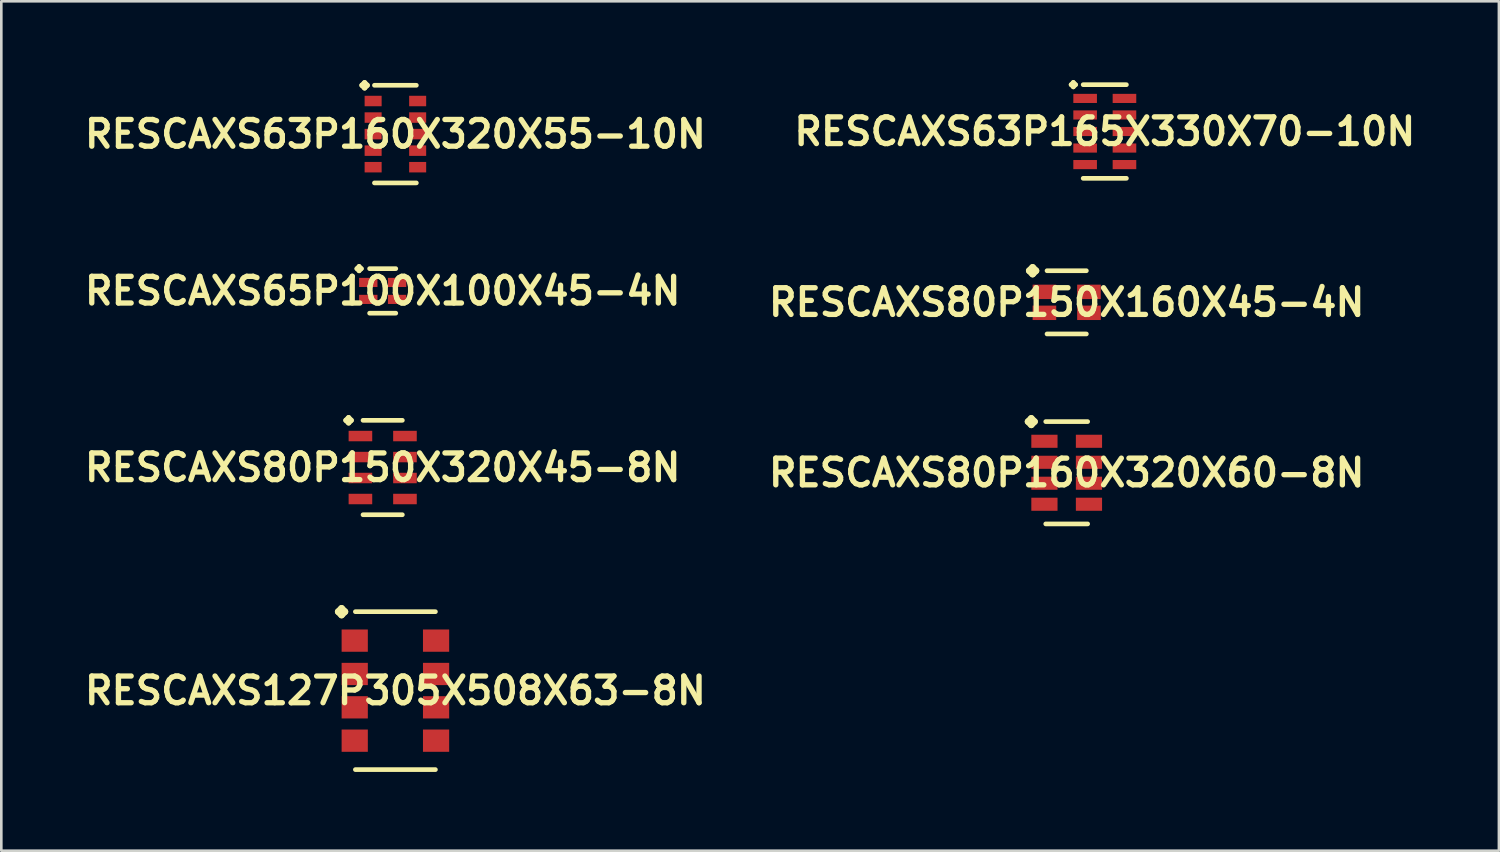
<source format=kicad_pcb>
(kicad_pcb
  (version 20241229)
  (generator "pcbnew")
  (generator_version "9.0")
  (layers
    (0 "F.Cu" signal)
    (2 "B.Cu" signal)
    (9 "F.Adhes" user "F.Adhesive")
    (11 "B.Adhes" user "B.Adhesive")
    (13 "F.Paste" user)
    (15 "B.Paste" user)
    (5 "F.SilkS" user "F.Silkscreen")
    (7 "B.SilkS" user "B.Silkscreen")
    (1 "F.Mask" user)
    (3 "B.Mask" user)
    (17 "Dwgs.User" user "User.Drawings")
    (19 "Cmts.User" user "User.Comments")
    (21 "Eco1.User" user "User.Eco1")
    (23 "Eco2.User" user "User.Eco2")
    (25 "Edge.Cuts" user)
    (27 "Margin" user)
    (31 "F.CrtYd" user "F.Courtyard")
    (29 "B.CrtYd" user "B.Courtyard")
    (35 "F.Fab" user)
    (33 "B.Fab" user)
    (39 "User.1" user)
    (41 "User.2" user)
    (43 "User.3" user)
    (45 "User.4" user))
  (footprint "RESCAXS80P150X320X45-8N"
    (layer "F.Cu")
    (at 11.524 14.755)
    (property "Reference" "RESCAXS80P150X320X45-8N" (at 0 0 0) (layer "F.SilkS") (effects (font (size 1.016 1.016) (thickness 0.203))))
    (attr smd)
    (fp_line (start -1.4 -1.798) (end -1.298 -1.9) (stroke (width 0.198) (type solid)) (layer "F.SilkS"))
    (fp_line (start -1.298 -1.9) (end -1.199 -1.798) (stroke (width 0.198) (type solid)) (layer "F.SilkS"))
    (fp_line (start -1.298 -1.699) (end -1.4 -1.798) (stroke (width 0.198) (type solid)) (layer "F.SilkS"))
    (fp_line (start -1.199 -1.798) (end -1.298 -1.699) (stroke (width 0.198) (type solid)) (layer "F.SilkS"))
    (fp_line (start -0.749 -1.798) (end 0.749 -1.798) (stroke (width 0.178) (type solid)) (layer "F.SilkS"))
    (fp_line (start -0.749 1.798) (end 0.749 1.798) (stroke (width 0.178) (type solid)) (layer "F.SilkS"))
    (pad "1" smd rect (at -0.848 -1.199) (size 0.899 0.399) (layers "F.Cu" "F.Mask" "F.Paste"))
    (pad "2" smd rect (at -0.848 -0.399) (size 0.899 0.399) (layers "F.Cu" "F.Mask" "F.Paste"))
    (pad "3" smd rect (at -0.848 0.399) (size 0.899 0.399) (layers "F.Cu" "F.Mask" "F.Paste"))
    (pad "4" smd rect (at -0.848 1.199) (size 0.899 0.399) (layers "F.Cu" "F.Mask" "F.Paste"))
    (pad "5" smd rect (at 0.848 1.199) (size 0.899 0.399) (layers "F.Cu" "F.Mask" "F.Paste"))
    (pad "6" smd rect (at 0.848 0.399) (size 0.899 0.399) (layers "F.Cu" "F.Mask" "F.Paste"))
    (pad "7" smd rect (at 0.848 -0.399) (size 0.899 0.399) (layers "F.Cu" "F.Mask" "F.Paste"))
    (pad "8" smd rect (at 0.848 -1.199) (size 0.899 0.399) (layers "F.Cu" "F.Mask" "F.Paste")))
  (footprint "RESCAXS80P150X160X45-4N"
    (layer "F.Cu")
    (at 37.573 8.464)
    (property "Reference" "RESCAXS80P150X160X45-4N" (at 0 0 0) (layer "F.SilkS") (effects (font (size 1.016 1.016) (thickness 0.203))))
    (attr smd)
    (fp_line (start -1.425 -1.204) (end -1.298 -1.331) (stroke (width 0.254) (type solid)) (layer "F.SilkS"))
    (fp_line (start -1.298 -1.331) (end -1.171 -1.204) (stroke (width 0.254) (type solid)) (layer "F.SilkS"))
    (fp_line (start -1.298 -1.077) (end -1.425 -1.204) (stroke (width 0.254) (type solid)) (layer "F.SilkS"))
    (fp_line (start -1.171 -1.204) (end -1.298 -1.077) (stroke (width 0.254) (type solid)) (layer "F.SilkS"))
    (fp_line (start -0.749 -1.204) (end 0.749 -1.204) (stroke (width 0.178) (type solid)) (layer "F.SilkS"))
    (fp_line (start -0.749 1.204) (end 0.749 1.204) (stroke (width 0.178) (type solid)) (layer "F.SilkS"))
    (pad "1" smd rect (at -0.848 -0.399) (size 0.899 0.549) (layers "F.Cu" "F.Mask" "F.Paste"))
    (pad "2" smd rect (at -0.848 0.399) (size 0.899 0.549) (layers "F.Cu" "F.Mask" "F.Paste"))
    (pad "3" smd rect (at 0.848 0.399) (size 0.899 0.549) (layers "F.Cu" "F.Mask" "F.Paste"))
    (pad "4" smd rect (at 0.848 -0.399) (size 0.899 0.549) (layers "F.Cu" "F.Mask" "F.Paste")))
  (footprint "RESCAXS80P160X320X60-8N"
    (layer "F.Cu")
    (at 37.573 14.954)
    (property "Reference" "RESCAXS80P160X320X60-8N" (at 0 0 0) (layer "F.SilkS") (effects (font (size 1.016 1.016) (thickness 0.203))))
    (attr smd)
    (fp_line (start -1.473 -1.948) (end -1.349 -2.073) (stroke (width 0.249) (type solid)) (layer "F.SilkS"))
    (fp_line (start -1.349 -2.073) (end -1.224 -1.948) (stroke (width 0.249) (type solid)) (layer "F.SilkS"))
    (fp_line (start -1.349 -1.824) (end -1.473 -1.948) (stroke (width 0.249) (type solid)) (layer "F.SilkS"))
    (fp_line (start -1.224 -1.948) (end -1.349 -1.824) (stroke (width 0.249) (type solid)) (layer "F.SilkS"))
    (fp_line (start -0.798 -1.948) (end 0.798 -1.948) (stroke (width 0.178) (type solid)) (layer "F.SilkS"))
    (fp_line (start -0.798 1.948) (end 0.798 1.948) (stroke (width 0.178) (type solid)) (layer "F.SilkS"))
    (pad "1" smd rect (at -0.848 -1.199) (size 0.998 0.498) (layers "F.Cu" "F.Mask" "F.Paste"))
    (pad "2" smd rect (at -0.848 -0.399) (size 0.998 0.498) (layers "F.Cu" "F.Mask" "F.Paste"))
    (pad "3" smd rect (at -0.848 0.399) (size 0.998 0.498) (layers "F.Cu" "F.Mask" "F.Paste"))
    (pad "4" smd rect (at -0.848 1.199) (size 0.998 0.498) (layers "F.Cu" "F.Mask" "F.Paste"))
    (pad "5" smd rect (at 0.848 1.199) (size 0.998 0.498) (layers "F.Cu" "F.Mask" "F.Paste"))
    (pad "6" smd rect (at 0.848 0.399) (size 0.998 0.498) (layers "F.Cu" "F.Mask" "F.Paste"))
    (pad "7" smd rect (at 0.848 -0.399) (size 0.998 0.498) (layers "F.Cu" "F.Mask" "F.Paste"))
    (pad "8" smd rect (at 0.848 -1.199) (size 0.998 0.498) (layers "F.Cu" "F.Mask" "F.Paste")))
  (footprint "RESCAXS63P160X320X55-10N"
    (layer "F.Cu")
    (at 12.008 2.057)
    (property "Reference" "RESCAXS63P160X320X55-10N" (at 0 0 0) (layer "F.SilkS") (effects (font (size 1.016 1.016) (thickness 0.203))))
    (attr smd)
    (fp_line (start -1.273 -1.859) (end -1.173 -1.958) (stroke (width 0.198) (type solid)) (layer "F.SilkS"))
    (fp_line (start -1.173 -1.958) (end -1.074 -1.859) (stroke (width 0.198) (type solid)) (layer "F.SilkS"))
    (fp_line (start -1.173 -1.758) (end -1.273 -1.859) (stroke (width 0.198) (type solid)) (layer "F.SilkS"))
    (fp_line (start -1.074 -1.859) (end -1.173 -1.758) (stroke (width 0.198) (type solid)) (layer "F.SilkS"))
    (fp_line (start -0.798 -1.859) (end 0.798 -1.859) (stroke (width 0.178) (type solid)) (layer "F.SilkS"))
    (fp_line (start -0.798 1.859) (end 0.798 1.859) (stroke (width 0.178) (type solid)) (layer "F.SilkS"))
    (pad "1" smd rect (at -0.848 -1.26) (size 0.648 0.399) (layers "F.Cu" "F.Mask" "F.Paste"))
    (pad "2" smd rect (at -0.848 -0.63) (size 0.648 0.399) (layers "F.Cu" "F.Mask" "F.Paste"))
    (pad "3" smd rect (at -0.848 0) (size 0.648 0.399) (layers "F.Cu" "F.Mask" "F.Paste"))
    (pad "4" smd rect (at -0.848 0.63) (size 0.648 0.399) (layers "F.Cu" "F.Mask" "F.Paste"))
    (pad "5" smd rect (at -0.848 1.26) (size 0.648 0.399) (layers "F.Cu" "F.Mask" "F.Paste"))
    (pad "6" smd rect (at 0.848 1.26) (size 0.648 0.399) (layers "F.Cu" "F.Mask" "F.Paste"))
    (pad "7" smd rect (at 0.848 0.63) (size 0.648 0.399) (layers "F.Cu" "F.Mask" "F.Paste"))
    (pad "8" smd rect (at 0.848 0) (size 0.648 0.399) (layers "F.Cu" "F.Mask" "F.Paste"))
    (pad "9" smd rect (at 0.848 -0.63) (size 0.648 0.399) (layers "F.Cu" "F.Mask" "F.Paste"))
    (pad "10" smd rect (at 0.848 -1.26) (size 0.648 0.399) (layers "F.Cu" "F.Mask" "F.Paste")))
  (footprint "RESCAXS63P165X330X70-10N"
    (layer "F.Cu")
    (at 39.024 1.958)
    (property "Reference" "RESCAXS63P165X330X70-10N" (at 0 0 0) (layer "F.SilkS") (effects (font (size 1.016 1.016) (thickness 0.203))))
    (attr smd)
    (fp_line (start -1.285 -1.783) (end -1.199 -1.872) (stroke (width 0.173) (type solid)) (layer "F.SilkS"))
    (fp_line (start -1.199 -1.872) (end -1.11 -1.783) (stroke (width 0.173) (type solid)) (layer "F.SilkS"))
    (fp_line (start -1.199 -1.697) (end -1.285 -1.783) (stroke (width 0.173) (type solid)) (layer "F.SilkS"))
    (fp_line (start -1.11 -1.783) (end -1.199 -1.697) (stroke (width 0.173) (type solid)) (layer "F.SilkS"))
    (fp_line (start -0.823 -1.783) (end 0.823 -1.783) (stroke (width 0.178) (type solid)) (layer "F.SilkS"))
    (fp_line (start -0.823 1.783) (end 0.823 1.783) (stroke (width 0.178) (type solid)) (layer "F.SilkS"))
    (pad "1" smd rect (at -0.749 -1.26) (size 0.899 0.348) (layers "F.Cu" "F.Mask" "F.Paste"))
    (pad "2" smd rect (at -0.749 -0.63) (size 0.899 0.348) (layers "F.Cu" "F.Mask" "F.Paste"))
    (pad "3" smd rect (at -0.749 0) (size 0.899 0.348) (layers "F.Cu" "F.Mask" "F.Paste"))
    (pad "4" smd rect (at -0.749 0.63) (size 0.899 0.348) (layers "F.Cu" "F.Mask" "F.Paste"))
    (pad "5" smd rect (at -0.749 1.26) (size 0.899 0.348) (layers "F.Cu" "F.Mask" "F.Paste"))
    (pad "6" smd rect (at 0.749 1.26) (size 0.899 0.348) (layers "F.Cu" "F.Mask" "F.Paste"))
    (pad "7" smd rect (at 0.749 0.63) (size 0.899 0.348) (layers "F.Cu" "F.Mask" "F.Paste"))
    (pad "8" smd rect (at 0.749 0) (size 0.899 0.348) (layers "F.Cu" "F.Mask" "F.Paste"))
    (pad "9" smd rect (at 0.749 -0.63) (size 0.899 0.348) (layers "F.Cu" "F.Mask" "F.Paste"))
    (pad "10" smd rect (at 0.749 -1.26) (size 0.899 0.348) (layers "F.Cu" "F.Mask" "F.Paste")))
  (footprint "RESCAXS127P305X508X63-8N"
    (layer "F.Cu")
    (at 12.008 23.252)
    (property "Reference" "RESCAXS127P305X508X63-8N" (at 0 0 0) (layer "F.SilkS") (effects (font (size 1.016 1.016) (thickness 0.203))))
    (attr smd)
    (fp_line (start -2.177 -3.007) (end -2.05 -3.134) (stroke (width 0.254) (type solid)) (layer "F.SilkS"))
    (fp_line (start -2.05 -3.134) (end -1.923 -3.007) (stroke (width 0.254) (type solid)) (layer "F.SilkS"))
    (fp_line (start -2.05 -2.88) (end -2.177 -3.007) (stroke (width 0.254) (type solid)) (layer "F.SilkS"))
    (fp_line (start -1.923 -3.007) (end -2.05 -2.88) (stroke (width 0.254) (type solid)) (layer "F.SilkS"))
    (fp_line (start -1.524 -3.007) (end 1.524 -3.007) (stroke (width 0.178) (type solid)) (layer "F.SilkS"))
    (fp_line (start -1.524 3.007) (end 1.524 3.007) (stroke (width 0.178) (type solid)) (layer "F.SilkS"))
    (pad "1" smd rect (at -1.549 -1.905) (size 0.998 0.848) (layers "F.Cu" "F.Mask" "F.Paste"))
    (pad "2" smd rect (at -1.549 -0.635) (size 0.998 0.848) (layers "F.Cu" "F.Mask" "F.Paste"))
    (pad "3" smd rect (at -1.549 0.635) (size 0.998 0.848) (layers "F.Cu" "F.Mask" "F.Paste"))
    (pad "4" smd rect (at -1.549 1.905) (size 0.998 0.848) (layers "F.Cu" "F.Mask" "F.Paste"))
    (pad "5" smd rect (at 1.549 1.905) (size 0.998 0.848) (layers "F.Cu" "F.Mask" "F.Paste"))
    (pad "6" smd rect (at 1.549 0.635) (size 0.998 0.848) (layers "F.Cu" "F.Mask" "F.Paste"))
    (pad "7" smd rect (at 1.549 -0.635) (size 0.998 0.848) (layers "F.Cu" "F.Mask" "F.Paste"))
    (pad "8" smd rect (at 1.549 -1.905) (size 0.998 0.848) (layers "F.Cu" "F.Mask" "F.Paste")))
  (footprint "RESCAXS65P100X100X45-4N"
    (layer "F.Cu")
    (at 11.524 8.029)
    (property "Reference" "RESCAXS65P100X100X45-4N" (at 0 0 0) (layer "F.SilkS") (effects (font (size 1.016 1.016) (thickness 0.203))))
    (attr smd)
    (fp_line (start -0.986 -0.848) (end -0.899 -0.937) (stroke (width 0.173) (type solid)) (layer "F.SilkS"))
    (fp_line (start -0.899 -0.937) (end -0.81 -0.848) (stroke (width 0.173) (type solid)) (layer "F.SilkS"))
    (fp_line (start -0.899 -0.762) (end -0.986 -0.848) (stroke (width 0.173) (type solid)) (layer "F.SilkS"))
    (fp_line (start -0.81 -0.848) (end -0.899 -0.762) (stroke (width 0.173) (type solid)) (layer "F.SilkS"))
    (fp_line (start -0.498 -0.848) (end 0.498 -0.848) (stroke (width 0.178) (type solid)) (layer "F.SilkS"))
    (fp_line (start -0.498 0.848) (end 0.498 0.848) (stroke (width 0.178) (type solid)) (layer "F.SilkS"))
    (pad "1" smd rect (at -0.549 -0.323) (size 0.699 0.348) (layers "F.Cu" "F.Mask" "F.Paste"))
    (pad "2" smd rect (at -0.549 0.323) (size 0.699 0.348) (layers "F.Cu" "F.Mask" "F.Paste"))
    (pad "3" smd rect (at 0.549 0.323) (size 0.699 0.348) (layers "F.Cu" "F.Mask" "F.Paste"))
    (pad "4" smd rect (at 0.549 -0.323) (size 0.699 0.348) (layers "F.Cu" "F.Mask" "F.Paste")))
  (gr_rect
    (start -3 -3)
    (end 54.033 29.348)
    (stroke (width 0.1) (type default))
    (fill no)
    (layer "Edge.Cuts")))
</source>
